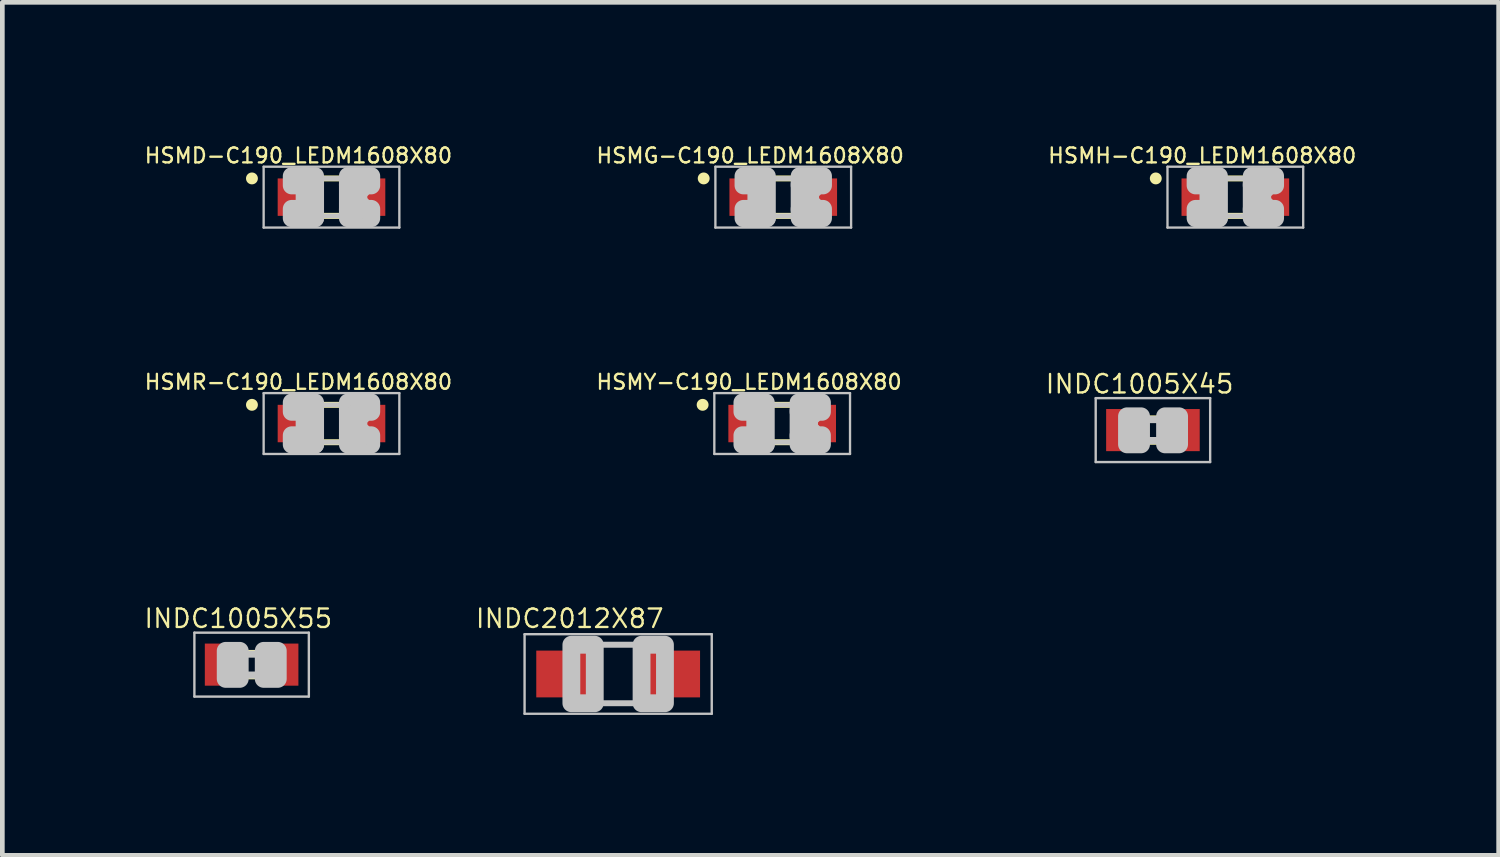
<source format=kicad_pcb>
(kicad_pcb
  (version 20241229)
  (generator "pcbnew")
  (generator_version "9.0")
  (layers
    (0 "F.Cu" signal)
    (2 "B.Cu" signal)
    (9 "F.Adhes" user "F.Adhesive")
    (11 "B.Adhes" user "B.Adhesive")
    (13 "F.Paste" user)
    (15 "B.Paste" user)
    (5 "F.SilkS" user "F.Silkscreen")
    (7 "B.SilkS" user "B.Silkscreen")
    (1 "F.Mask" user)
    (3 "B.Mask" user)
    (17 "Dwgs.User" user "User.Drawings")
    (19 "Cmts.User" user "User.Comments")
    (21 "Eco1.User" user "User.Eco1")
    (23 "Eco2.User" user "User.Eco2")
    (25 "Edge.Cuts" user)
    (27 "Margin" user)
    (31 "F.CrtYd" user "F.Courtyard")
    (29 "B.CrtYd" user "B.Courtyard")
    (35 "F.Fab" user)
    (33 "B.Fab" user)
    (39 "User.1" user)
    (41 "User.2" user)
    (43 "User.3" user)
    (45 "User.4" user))
  (footprint "HSMR-C190_LEDM1608X80"
    (layer "F.Cu")
    (at 4.034 6.001)
    (property "Reference" "HSMR-C190_LEDM1608X80" (at -0.707 -0.888 0) (layer "F.SilkS") (effects (font (size 0.32 0.32) (thickness 0.05))))
    (attr smd)
    (fp_line (start -0.2 -0.4) (end 0.2 -0.4) (stroke (width 0.127) (type solid)) (layer "F.SilkS"))
    (fp_line (start -0.2 0.4) (end 0.2 0.4) (stroke (width 0.127) (type solid)) (layer "F.SilkS"))
    (fp_circle (center -1.7 -0.4) (end -1.573 -0.4) (stroke (width 0) (type solid)) (fill yes) (layer "F.SilkS"))
    (fp_line (start -1.45 -0.65) (end 1.45 -0.65) (stroke (width 0.05) (type solid)) (layer "Dwgs.User"))
    (fp_line (start -1.45 0.65) (end -1.45 -0.65) (stroke (width 0.05) (type solid)) (layer "Dwgs.User"))
    (fp_line (start -0.375 0.4) (end 0.35 0.4) (stroke (width 0.102) (type solid)) (layer "Dwgs.User"))
    (fp_line (start -0.35 -0.4) (end 0.35 -0.4) (stroke (width 0.102) (type solid)) (layer "Dwgs.User"))
    (fp_line (start 1.45 -0.65) (end 1.45 0.65) (stroke (width 0.05) (type solid)) (layer "Dwgs.User"))
    (fp_line (start 1.45 0.65) (end -1.45 0.65) (stroke (width 0.05) (type solid)) (layer "Dwgs.User"))
    (fp_arc (start -0.8 -0.3) (mid -0.524966 -0.000147) (end -0.799707 0.299974) (stroke (width 0.1016) (type solid)) (layer "Dwgs.User"))
    (fp_arc (start 0.825 0.275) (mid 0.55 0) (end 0.825 -0.275) (stroke (width 0.0508) (type solid)) (layer "Dwgs.User"))
    (fp_circle (center -0.625 0.35) (end -0.55 0.35) (stroke (width 0.051) (type solid)) (fill no) (layer "Dwgs.User"))
    (fp_poly (pts (xy -0.85 -0.25) (xy -0.85 -0.45) (xy -0.55 -0.45) (xy -0.55 -0.25)) (stroke (width 0.381) (type solid)) (fill no) (layer "Dwgs.User"))
    (fp_poly (pts (xy -0.85 0.45) (xy -0.85 0.25) (xy -0.7 0.25) (xy -0.7 0.45)) (stroke (width 0.381) (type solid)) (fill no) (layer "Dwgs.User"))
    (fp_poly (pts (xy -0.725 0.45) (xy -0.725 0.4) (xy -0.35 0.4) (xy -0.35 0.45)) (stroke (width 0.381) (type solid)) (fill no) (layer "Dwgs.User"))
    (fp_poly (pts (xy -0.6 0.275) (xy -0.6 0.225) (xy -0.55 0.225) (xy -0.55 0.275)) (stroke (width 0.381) (type solid)) (fill no) (layer "Dwgs.User"))
    (fp_poly (pts (xy -0.575 0.45) (xy -0.575 -0.45) (xy -0.35 -0.45) (xy -0.35 0.45)) (stroke (width 0.381) (type solid)) (fill no) (layer "Dwgs.User"))
    (fp_poly (pts (xy 0.35 -0.25) (xy 0.35 -0.45) (xy 0.85 -0.45) (xy 0.85 -0.25)) (stroke (width 0.381) (type solid)) (fill no) (layer "Dwgs.User"))
    (fp_poly (pts (xy 0.35 0.275) (xy 0.35 -0.275) (xy 0.575 -0.275) (xy 0.575 0.275)) (stroke (width 0.381) (type solid)) (fill no) (layer "Dwgs.User"))
    (fp_poly (pts (xy 0.35 0.45) (xy 0.35 0.25) (xy 0.85 0.25) (xy 0.85 0.45)) (stroke (width 0.381) (type solid)) (fill no) (layer "Dwgs.User"))
    (fp_poly (pts (xy 0.55 -0.175) (xy 0.55 -0.275) (xy 0.65 -0.275) (xy 0.65 -0.175)) (stroke (width 0.381) (type solid)) (fill no) (layer "Dwgs.User"))
    (fp_poly (pts (xy 0.55 0.275) (xy 0.55 0.175) (xy 0.65 0.175) (xy 0.65 0.275)) (stroke (width 0.381) (type solid)) (fill no) (layer "Dwgs.User"))
    (pad "A" smd rect (at 0.75 0 90) (size 0.8 0.8) (layers "F.Cu" "F.Mask" "F.Paste"))
    (pad "C" smd rect (at -0.75 0 90) (size 0.8 0.8) (layers "F.Cu" "F.Mask" "F.Paste")))
  (footprint "HSMD-C190_LEDM1608X80"
    (layer "F.Cu")
    (at 4.034 1.163)
    (property "Reference" "HSMD-C190_LEDM1608X80" (at -0.707 -0.888 0) (layer "F.SilkS") (effects (font (size 0.32 0.32) (thickness 0.05))))
    (attr smd)
    (fp_line (start -0.2 -0.4) (end 0.2 -0.4) (stroke (width 0.127) (type solid)) (layer "F.SilkS"))
    (fp_line (start -0.2 0.4) (end 0.2 0.4) (stroke (width 0.127) (type solid)) (layer "F.SilkS"))
    (fp_circle (center -1.7 -0.4) (end -1.573 -0.4) (stroke (width 0) (type solid)) (fill yes) (layer "F.SilkS"))
    (fp_line (start -1.45 -0.65) (end 1.45 -0.65) (stroke (width 0.05) (type solid)) (layer "Dwgs.User"))
    (fp_line (start -1.45 0.65) (end -1.45 -0.65) (stroke (width 0.05) (type solid)) (layer "Dwgs.User"))
    (fp_line (start -0.375 0.4) (end 0.35 0.4) (stroke (width 0.102) (type solid)) (layer "Dwgs.User"))
    (fp_line (start -0.35 -0.4) (end 0.35 -0.4) (stroke (width 0.102) (type solid)) (layer "Dwgs.User"))
    (fp_line (start 1.45 -0.65) (end 1.45 0.65) (stroke (width 0.05) (type solid)) (layer "Dwgs.User"))
    (fp_line (start 1.45 0.65) (end -1.45 0.65) (stroke (width 0.05) (type solid)) (layer "Dwgs.User"))
    (fp_arc (start -0.8 -0.3) (mid -0.524966 -0.000147) (end -0.799707 0.299974) (stroke (width 0.1016) (type solid)) (layer "Dwgs.User"))
    (fp_arc (start 0.825 0.275) (mid 0.55 0) (end 0.825 -0.275) (stroke (width 0.0508) (type solid)) (layer "Dwgs.User"))
    (fp_circle (center -0.625 0.35) (end -0.55 0.35) (stroke (width 0.051) (type solid)) (fill no) (layer "Dwgs.User"))
    (fp_poly (pts (xy -0.85 -0.25) (xy -0.85 -0.45) (xy -0.55 -0.45) (xy -0.55 -0.25)) (stroke (width 0.381) (type solid)) (fill no) (layer "Dwgs.User"))
    (fp_poly (pts (xy -0.85 0.45) (xy -0.85 0.25) (xy -0.7 0.25) (xy -0.7 0.45)) (stroke (width 0.381) (type solid)) (fill no) (layer "Dwgs.User"))
    (fp_poly (pts (xy -0.725 0.45) (xy -0.725 0.4) (xy -0.35 0.4) (xy -0.35 0.45)) (stroke (width 0.381) (type solid)) (fill no) (layer "Dwgs.User"))
    (fp_poly (pts (xy -0.6 0.275) (xy -0.6 0.225) (xy -0.55 0.225) (xy -0.55 0.275)) (stroke (width 0.381) (type solid)) (fill no) (layer "Dwgs.User"))
    (fp_poly (pts (xy -0.575 0.45) (xy -0.575 -0.45) (xy -0.35 -0.45) (xy -0.35 0.45)) (stroke (width 0.381) (type solid)) (fill no) (layer "Dwgs.User"))
    (fp_poly (pts (xy 0.35 -0.25) (xy 0.35 -0.45) (xy 0.85 -0.45) (xy 0.85 -0.25)) (stroke (width 0.381) (type solid)) (fill no) (layer "Dwgs.User"))
    (fp_poly (pts (xy 0.35 0.275) (xy 0.35 -0.275) (xy 0.575 -0.275) (xy 0.575 0.275)) (stroke (width 0.381) (type solid)) (fill no) (layer "Dwgs.User"))
    (fp_poly (pts (xy 0.35 0.45) (xy 0.35 0.25) (xy 0.85 0.25) (xy 0.85 0.45)) (stroke (width 0.381) (type solid)) (fill no) (layer "Dwgs.User"))
    (fp_poly (pts (xy 0.55 -0.175) (xy 0.55 -0.275) (xy 0.65 -0.275) (xy 0.65 -0.175)) (stroke (width 0.381) (type solid)) (fill no) (layer "Dwgs.User"))
    (fp_poly (pts (xy 0.55 0.275) (xy 0.55 0.175) (xy 0.65 0.175) (xy 0.65 0.275)) (stroke (width 0.381) (type solid)) (fill no) (layer "Dwgs.User"))
    (pad "A" smd rect (at 0.75 0 90) (size 0.8 0.8) (layers "F.Cu" "F.Mask" "F.Paste"))
    (pad "C" smd rect (at -0.75 0 90) (size 0.8 0.8) (layers "F.Cu" "F.Mask" "F.Paste")))
  (footprint "HSMG-C190_LEDM1608X80"
    (layer "F.Cu")
    (at 13.688 1.163)
    (property "Reference" "HSMG-C190_LEDM1608X80" (at -0.707 -0.888 0) (layer "F.SilkS") (effects (font (size 0.32 0.32) (thickness 0.05))))
    (attr smd)
    (fp_line (start -0.2 -0.4) (end 0.2 -0.4) (stroke (width 0.127) (type solid)) (layer "F.SilkS"))
    (fp_line (start -0.2 0.4) (end 0.2 0.4) (stroke (width 0.127) (type solid)) (layer "F.SilkS"))
    (fp_circle (center -1.7 -0.4) (end -1.573 -0.4) (stroke (width 0) (type solid)) (fill yes) (layer "F.SilkS"))
    (fp_line (start -1.45 -0.65) (end 1.45 -0.65) (stroke (width 0.05) (type solid)) (layer "Dwgs.User"))
    (fp_line (start -1.45 0.65) (end -1.45 -0.65) (stroke (width 0.05) (type solid)) (layer "Dwgs.User"))
    (fp_line (start -0.375 0.4) (end 0.35 0.4) (stroke (width 0.102) (type solid)) (layer "Dwgs.User"))
    (fp_line (start -0.35 -0.4) (end 0.35 -0.4) (stroke (width 0.102) (type solid)) (layer "Dwgs.User"))
    (fp_line (start 1.45 -0.65) (end 1.45 0.65) (stroke (width 0.05) (type solid)) (layer "Dwgs.User"))
    (fp_line (start 1.45 0.65) (end -1.45 0.65) (stroke (width 0.05) (type solid)) (layer "Dwgs.User"))
    (fp_arc (start -0.8 -0.3) (mid -0.524966 -0.000147) (end -0.799707 0.299974) (stroke (width 0.1016) (type solid)) (layer "Dwgs.User"))
    (fp_arc (start 0.825 0.275) (mid 0.55 0) (end 0.825 -0.275) (stroke (width 0.0508) (type solid)) (layer "Dwgs.User"))
    (fp_circle (center -0.625 0.35) (end -0.55 0.35) (stroke (width 0.051) (type solid)) (fill no) (layer "Dwgs.User"))
    (fp_poly (pts (xy -0.85 -0.25) (xy -0.85 -0.45) (xy -0.55 -0.45) (xy -0.55 -0.25)) (stroke (width 0.381) (type solid)) (fill no) (layer "Dwgs.User"))
    (fp_poly (pts (xy -0.85 0.45) (xy -0.85 0.25) (xy -0.7 0.25) (xy -0.7 0.45)) (stroke (width 0.381) (type solid)) (fill no) (layer "Dwgs.User"))
    (fp_poly (pts (xy -0.725 0.45) (xy -0.725 0.4) (xy -0.35 0.4) (xy -0.35 0.45)) (stroke (width 0.381) (type solid)) (fill no) (layer "Dwgs.User"))
    (fp_poly (pts (xy -0.6 0.275) (xy -0.6 0.225) (xy -0.55 0.225) (xy -0.55 0.275)) (stroke (width 0.381) (type solid)) (fill no) (layer "Dwgs.User"))
    (fp_poly (pts (xy -0.575 0.45) (xy -0.575 -0.45) (xy -0.35 -0.45) (xy -0.35 0.45)) (stroke (width 0.381) (type solid)) (fill no) (layer "Dwgs.User"))
    (fp_poly (pts (xy 0.35 -0.25) (xy 0.35 -0.45) (xy 0.85 -0.45) (xy 0.85 -0.25)) (stroke (width 0.381) (type solid)) (fill no) (layer "Dwgs.User"))
    (fp_poly (pts (xy 0.35 0.275) (xy 0.35 -0.275) (xy 0.575 -0.275) (xy 0.575 0.275)) (stroke (width 0.381) (type solid)) (fill no) (layer "Dwgs.User"))
    (fp_poly (pts (xy 0.35 0.45) (xy 0.35 0.25) (xy 0.85 0.25) (xy 0.85 0.45)) (stroke (width 0.381) (type solid)) (fill no) (layer "Dwgs.User"))
    (fp_poly (pts (xy 0.55 -0.175) (xy 0.55 -0.275) (xy 0.65 -0.275) (xy 0.65 -0.175)) (stroke (width 0.381) (type solid)) (fill no) (layer "Dwgs.User"))
    (fp_poly (pts (xy 0.55 0.275) (xy 0.55 0.175) (xy 0.65 0.175) (xy 0.65 0.275)) (stroke (width 0.381) (type solid)) (fill no) (layer "Dwgs.User"))
    (pad "A" smd rect (at 0.75 0 90) (size 0.8 0.8) (layers "F.Cu" "F.Mask" "F.Paste"))
    (pad "C" smd rect (at -0.75 0 90) (size 0.8 0.8) (layers "F.Cu" "F.Mask" "F.Paste")))
  (footprint "INDC1005X45"
    (layer "F.Cu")
    (at 21.588 6.141)
    (property "Reference" "INDC1005X45" (at -0.285 -0.985 0) (layer "F.SilkS") (effects (font (size 0.394 0.394) (thickness 0.05))))
    (attr smd)
    (fp_line (start -0.125 -0.25) (end 0.125 -0.25) (stroke (width 0.127) (type solid)) (layer "F.SilkS"))
    (fp_line (start -0.125 0.25) (end 0.125 0.25) (stroke (width 0.127) (type solid)) (layer "F.SilkS"))
    (fp_line (start -1.223 -0.683) (end 1.223 -0.683) (stroke (width 0.051) (type solid)) (layer "Dwgs.User"))
    (fp_line (start -1.223 0.683) (end -1.223 -0.683) (stroke (width 0.051) (type solid)) (layer "Dwgs.User"))
    (fp_line (start -0.245 -0.224) (end 0.245 -0.224) (stroke (width 0.152) (type solid)) (layer "Dwgs.User"))
    (fp_line (start 0.245 0.224) (end -0.245 0.224) (stroke (width 0.152) (type solid)) (layer "Dwgs.User"))
    (fp_line (start 1.223 -0.683) (end 1.223 0.683) (stroke (width 0.051) (type solid)) (layer "Dwgs.User"))
    (fp_line (start 1.223 0.683) (end -1.223 0.683) (stroke (width 0.051) (type solid)) (layer "Dwgs.User"))
    (fp_poly (pts (xy -0.554 -0.295) (xy -0.254 -0.295) (xy -0.254 0.305) (xy -0.554 0.305)) (stroke (width 0.381) (type solid)) (fill no) (layer "Dwgs.User"))
    (fp_poly (pts (xy 0.259 -0.295) (xy 0.559 -0.295) (xy 0.559 0.305) (xy 0.259 0.305)) (stroke (width 0.381) (type solid)) (fill no) (layer "Dwgs.User"))
    (pad "1" smd rect (at -0.65 0) (size 0.7 0.9) (layers "F.Cu" "F.Mask" "F.Paste"))
    (pad "2" smd rect (at 0.65 0) (size 0.7 0.9) (layers "F.Cu" "F.Mask" "F.Paste")))
  (footprint "INDC2012X87"
    (layer "F.Cu")
    (at 10.16 11.353)
    (property "Reference" "INDC2012X87" (at -1.035 -1.185 0) (layer "F.SilkS") (effects (font (size 0.394 0.394) (thickness 0.05))))
    (attr smd)
    (fp_line (start -2 -0.85) (end 2 -0.85) (stroke (width 0.051) (type solid)) (layer "Dwgs.User"))
    (fp_line (start -2 0.85) (end -2 -0.85) (stroke (width 0.051) (type solid)) (layer "Dwgs.User"))
    (fp_line (start -1 -0.625) (end 1 -0.625) (stroke (width 0.127) (type solid)) (layer "Dwgs.User"))
    (fp_line (start -1 0.625) (end -1 -0.625) (stroke (width 0.127) (type solid)) (layer "Dwgs.User"))
    (fp_line (start 1 -0.625) (end 1 0.625) (stroke (width 0.127) (type solid)) (layer "Dwgs.User"))
    (fp_line (start 1 0.625) (end -1 0.625) (stroke (width 0.127) (type solid)) (layer "Dwgs.User"))
    (fp_line (start 2 -0.85) (end 2 0.85) (stroke (width 0.051) (type solid)) (layer "Dwgs.User"))
    (fp_line (start 2 0.85) (end -2 0.85) (stroke (width 0.051) (type solid)) (layer "Dwgs.User"))
    (fp_poly (pts (xy -1 -0.625) (xy -0.5 -0.625) (xy -0.5 0.625) (xy -1 0.625)) (stroke (width 0.381) (type solid)) (fill no) (layer "Dwgs.User"))
    (fp_poly (pts (xy 0.5 -0.625) (xy 1 -0.625) (xy 1 0.625) (xy 0.5 0.625)) (stroke (width 0.381) (type solid)) (fill no) (layer "Dwgs.User"))
    (pad "1" smd rect (at -1.175 0) (size 1.15 1) (layers "F.Cu" "F.Mask" "F.Paste"))
    (pad "2" smd rect (at 1.175 0) (size 1.15 1) (layers "F.Cu" "F.Mask" "F.Paste")))
  (footprint "HSMY-C190_LEDM1608X80"
    (layer "F.Cu")
    (at 13.665 6.001)
    (property "Reference" "HSMY-C190_LEDM1608X80" (at -0.707 -0.888 0) (layer "F.SilkS") (effects (font (size 0.32 0.32) (thickness 0.05))))
    (attr smd)
    (fp_line (start -0.2 -0.4) (end 0.2 -0.4) (stroke (width 0.127) (type solid)) (layer "F.SilkS"))
    (fp_line (start -0.2 0.4) (end 0.2 0.4) (stroke (width 0.127) (type solid)) (layer "F.SilkS"))
    (fp_circle (center -1.7 -0.4) (end -1.573 -0.4) (stroke (width 0) (type solid)) (fill yes) (layer "F.SilkS"))
    (fp_line (start -1.45 -0.65) (end 1.45 -0.65) (stroke (width 0.05) (type solid)) (layer "Dwgs.User"))
    (fp_line (start -1.45 0.65) (end -1.45 -0.65) (stroke (width 0.05) (type solid)) (layer "Dwgs.User"))
    (fp_line (start -0.375 0.4) (end 0.35 0.4) (stroke (width 0.102) (type solid)) (layer "Dwgs.User"))
    (fp_line (start -0.35 -0.4) (end 0.35 -0.4) (stroke (width 0.102) (type solid)) (layer "Dwgs.User"))
    (fp_line (start 1.45 -0.65) (end 1.45 0.65) (stroke (width 0.05) (type solid)) (layer "Dwgs.User"))
    (fp_line (start 1.45 0.65) (end -1.45 0.65) (stroke (width 0.05) (type solid)) (layer "Dwgs.User"))
    (fp_arc (start -0.8 -0.3) (mid -0.524966 -0.000147) (end -0.799707 0.299974) (stroke (width 0.1016) (type solid)) (layer "Dwgs.User"))
    (fp_arc (start 0.825 0.275) (mid 0.55 0) (end 0.825 -0.275) (stroke (width 0.0508) (type solid)) (layer "Dwgs.User"))
    (fp_circle (center -0.625 0.35) (end -0.55 0.35) (stroke (width 0.051) (type solid)) (fill no) (layer "Dwgs.User"))
    (fp_poly (pts (xy -0.85 -0.25) (xy -0.85 -0.45) (xy -0.55 -0.45) (xy -0.55 -0.25)) (stroke (width 0.381) (type solid)) (fill no) (layer "Dwgs.User"))
    (fp_poly (pts (xy -0.85 0.45) (xy -0.85 0.25) (xy -0.7 0.25) (xy -0.7 0.45)) (stroke (width 0.381) (type solid)) (fill no) (layer "Dwgs.User"))
    (fp_poly (pts (xy -0.725 0.45) (xy -0.725 0.4) (xy -0.35 0.4) (xy -0.35 0.45)) (stroke (width 0.381) (type solid)) (fill no) (layer "Dwgs.User"))
    (fp_poly (pts (xy -0.6 0.275) (xy -0.6 0.225) (xy -0.55 0.225) (xy -0.55 0.275)) (stroke (width 0.381) (type solid)) (fill no) (layer "Dwgs.User"))
    (fp_poly (pts (xy -0.575 0.45) (xy -0.575 -0.45) (xy -0.35 -0.45) (xy -0.35 0.45)) (stroke (width 0.381) (type solid)) (fill no) (layer "Dwgs.User"))
    (fp_poly (pts (xy 0.35 -0.25) (xy 0.35 -0.45) (xy 0.85 -0.45) (xy 0.85 -0.25)) (stroke (width 0.381) (type solid)) (fill no) (layer "Dwgs.User"))
    (fp_poly (pts (xy 0.35 0.275) (xy 0.35 -0.275) (xy 0.575 -0.275) (xy 0.575 0.275)) (stroke (width 0.381) (type solid)) (fill no) (layer "Dwgs.User"))
    (fp_poly (pts (xy 0.35 0.45) (xy 0.35 0.25) (xy 0.85 0.25) (xy 0.85 0.45)) (stroke (width 0.381) (type solid)) (fill no) (layer "Dwgs.User"))
    (fp_poly (pts (xy 0.55 -0.175) (xy 0.55 -0.275) (xy 0.65 -0.275) (xy 0.65 -0.175)) (stroke (width 0.381) (type solid)) (fill no) (layer "Dwgs.User"))
    (fp_poly (pts (xy 0.55 0.275) (xy 0.55 0.175) (xy 0.65 0.175) (xy 0.65 0.275)) (stroke (width 0.381) (type solid)) (fill no) (layer "Dwgs.User"))
    (pad "A" smd rect (at 0.75 0 90) (size 0.8 0.8) (layers "F.Cu" "F.Mask" "F.Paste"))
    (pad "C" smd rect (at -0.75 0 90) (size 0.8 0.8) (layers "F.Cu" "F.Mask" "F.Paste")))
  (footprint "HSMH-C190_LEDM1608X80"
    (layer "F.Cu")
    (at 23.349 1.163)
    (property "Reference" "HSMH-C190_LEDM1608X80" (at -0.707 -0.888 0) (layer "F.SilkS") (effects (font (size 0.32 0.32) (thickness 0.05))))
    (attr smd)
    (fp_line (start -0.2 -0.4) (end 0.2 -0.4) (stroke (width 0.127) (type solid)) (layer "F.SilkS"))
    (fp_line (start -0.2 0.4) (end 0.2 0.4) (stroke (width 0.127) (type solid)) (layer "F.SilkS"))
    (fp_circle (center -1.7 -0.4) (end -1.573 -0.4) (stroke (width 0) (type solid)) (fill yes) (layer "F.SilkS"))
    (fp_line (start -1.45 -0.65) (end 1.45 -0.65) (stroke (width 0.05) (type solid)) (layer "Dwgs.User"))
    (fp_line (start -1.45 0.65) (end -1.45 -0.65) (stroke (width 0.05) (type solid)) (layer "Dwgs.User"))
    (fp_line (start -0.375 0.4) (end 0.35 0.4) (stroke (width 0.102) (type solid)) (layer "Dwgs.User"))
    (fp_line (start -0.35 -0.4) (end 0.35 -0.4) (stroke (width 0.102) (type solid)) (layer "Dwgs.User"))
    (fp_line (start 1.45 -0.65) (end 1.45 0.65) (stroke (width 0.05) (type solid)) (layer "Dwgs.User"))
    (fp_line (start 1.45 0.65) (end -1.45 0.65) (stroke (width 0.05) (type solid)) (layer "Dwgs.User"))
    (fp_arc (start -0.8 -0.3) (mid -0.524966 -0.000147) (end -0.799707 0.299974) (stroke (width 0.1016) (type solid)) (layer "Dwgs.User"))
    (fp_arc (start 0.825 0.275) (mid 0.55 0) (end 0.825 -0.275) (stroke (width 0.0508) (type solid)) (layer "Dwgs.User"))
    (fp_circle (center -0.625 0.35) (end -0.55 0.35) (stroke (width 0.051) (type solid)) (fill no) (layer "Dwgs.User"))
    (fp_poly (pts (xy -0.85 -0.25) (xy -0.85 -0.45) (xy -0.55 -0.45) (xy -0.55 -0.25)) (stroke (width 0.381) (type solid)) (fill no) (layer "Dwgs.User"))
    (fp_poly (pts (xy -0.85 0.45) (xy -0.85 0.25) (xy -0.7 0.25) (xy -0.7 0.45)) (stroke (width 0.381) (type solid)) (fill no) (layer "Dwgs.User"))
    (fp_poly (pts (xy -0.725 0.45) (xy -0.725 0.4) (xy -0.35 0.4) (xy -0.35 0.45)) (stroke (width 0.381) (type solid)) (fill no) (layer "Dwgs.User"))
    (fp_poly (pts (xy -0.6 0.275) (xy -0.6 0.225) (xy -0.55 0.225) (xy -0.55 0.275)) (stroke (width 0.381) (type solid)) (fill no) (layer "Dwgs.User"))
    (fp_poly (pts (xy -0.575 0.45) (xy -0.575 -0.45) (xy -0.35 -0.45) (xy -0.35 0.45)) (stroke (width 0.381) (type solid)) (fill no) (layer "Dwgs.User"))
    (fp_poly (pts (xy 0.35 -0.25) (xy 0.35 -0.45) (xy 0.85 -0.45) (xy 0.85 -0.25)) (stroke (width 0.381) (type solid)) (fill no) (layer "Dwgs.User"))
    (fp_poly (pts (xy 0.35 0.275) (xy 0.35 -0.275) (xy 0.575 -0.275) (xy 0.575 0.275)) (stroke (width 0.381) (type solid)) (fill no) (layer "Dwgs.User"))
    (fp_poly (pts (xy 0.35 0.45) (xy 0.35 0.25) (xy 0.85 0.25) (xy 0.85 0.45)) (stroke (width 0.381) (type solid)) (fill no) (layer "Dwgs.User"))
    (fp_poly (pts (xy 0.55 -0.175) (xy 0.55 -0.275) (xy 0.65 -0.275) (xy 0.65 -0.175)) (stroke (width 0.381) (type solid)) (fill no) (layer "Dwgs.User"))
    (fp_poly (pts (xy 0.55 0.275) (xy 0.55 0.175) (xy 0.65 0.175) (xy 0.65 0.275)) (stroke (width 0.381) (type solid)) (fill no) (layer "Dwgs.User"))
    (pad "A" smd rect (at 0.75 0 90) (size 0.8 0.8) (layers "F.Cu" "F.Mask" "F.Paste"))
    (pad "C" smd rect (at -0.75 0 90) (size 0.8 0.8) (layers "F.Cu" "F.Mask" "F.Paste")))
  (footprint "INDC1005X55"
    (layer "F.Cu")
    (at 2.327 11.153)
    (property "Reference" "INDC1005X55" (at -0.285 -0.985 0) (layer "F.SilkS") (effects (font (size 0.394 0.394) (thickness 0.05))))
    (attr smd)
    (fp_line (start -0.125 -0.25) (end 0.125 -0.25) (stroke (width 0.127) (type solid)) (layer "F.SilkS"))
    (fp_line (start -0.125 0.25) (end 0.125 0.25) (stroke (width 0.127) (type solid)) (layer "F.SilkS"))
    (fp_line (start -1.223 -0.683) (end 1.223 -0.683) (stroke (width 0.051) (type solid)) (layer "Dwgs.User"))
    (fp_line (start -1.223 0.683) (end -1.223 -0.683) (stroke (width 0.051) (type solid)) (layer "Dwgs.User"))
    (fp_line (start -0.245 -0.224) (end 0.245 -0.224) (stroke (width 0.152) (type solid)) (layer "Dwgs.User"))
    (fp_line (start 0.245 0.224) (end -0.245 0.224) (stroke (width 0.152) (type solid)) (layer "Dwgs.User"))
    (fp_line (start 1.223 -0.683) (end 1.223 0.683) (stroke (width 0.051) (type solid)) (layer "Dwgs.User"))
    (fp_line (start 1.223 0.683) (end -1.223 0.683) (stroke (width 0.051) (type solid)) (layer "Dwgs.User"))
    (fp_poly (pts (xy -0.554 -0.295) (xy -0.254 -0.295) (xy -0.254 0.305) (xy -0.554 0.305)) (stroke (width 0.381) (type solid)) (fill no) (layer "Dwgs.User"))
    (fp_poly (pts (xy 0.259 -0.295) (xy 0.559 -0.295) (xy 0.559 0.305) (xy 0.259 0.305)) (stroke (width 0.381) (type solid)) (fill no) (layer "Dwgs.User"))
    (pad "1" smd rect (at -0.65 0) (size 0.7 0.9) (layers "F.Cu" "F.Mask" "F.Paste"))
    (pad "2" smd rect (at 0.65 0) (size 0.7 0.9) (layers "F.Cu" "F.Mask" "F.Paste")))
  (gr_rect
    (start -3 -3)
    (end 28.976 15.228)
    (stroke (width 0.1) (type default))
    (fill no)
    (layer "Edge.Cuts")))
</source>
